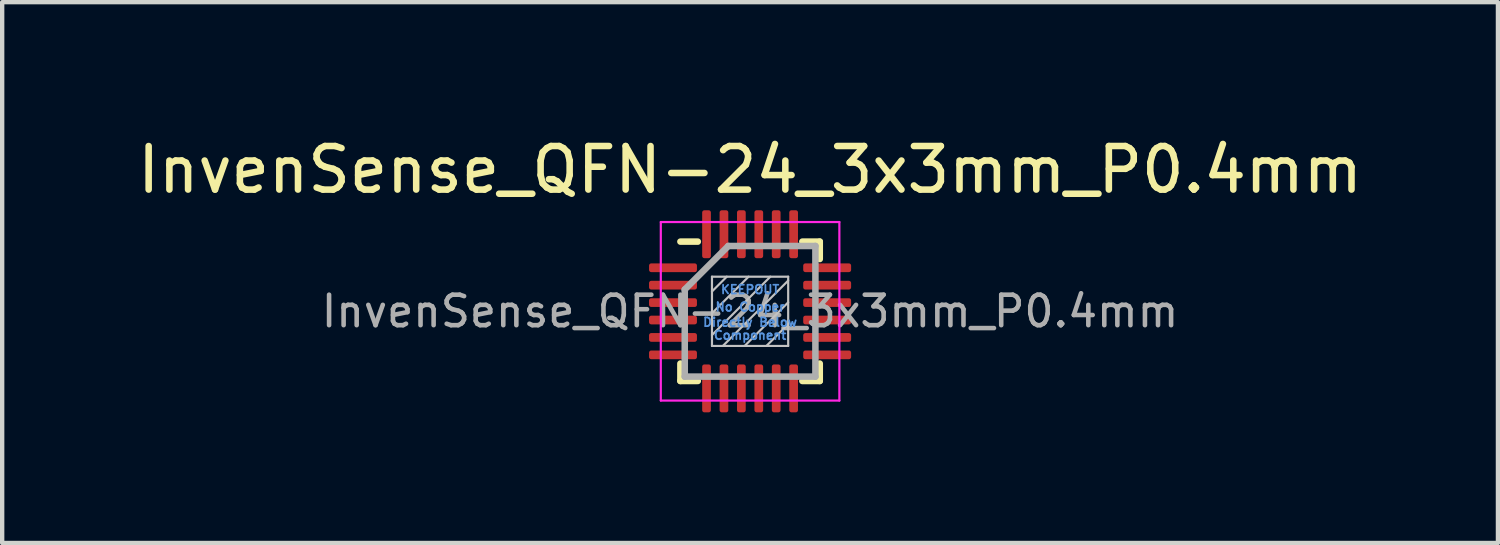
<source format=kicad_pcb>
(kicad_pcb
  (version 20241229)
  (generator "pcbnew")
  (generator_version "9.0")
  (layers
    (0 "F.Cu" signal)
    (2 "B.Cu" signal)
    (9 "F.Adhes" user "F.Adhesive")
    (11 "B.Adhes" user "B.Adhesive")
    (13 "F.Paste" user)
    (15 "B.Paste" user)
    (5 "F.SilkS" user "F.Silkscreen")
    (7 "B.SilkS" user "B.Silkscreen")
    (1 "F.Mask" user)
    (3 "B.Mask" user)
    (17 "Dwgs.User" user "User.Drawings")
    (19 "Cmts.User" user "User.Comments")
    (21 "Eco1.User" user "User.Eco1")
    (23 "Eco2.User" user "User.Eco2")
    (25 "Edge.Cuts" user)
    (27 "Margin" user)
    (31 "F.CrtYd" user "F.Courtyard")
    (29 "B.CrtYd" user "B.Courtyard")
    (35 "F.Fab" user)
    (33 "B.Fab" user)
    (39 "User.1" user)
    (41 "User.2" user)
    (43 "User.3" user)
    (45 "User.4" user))
  (footprint "InvenSense_QFN-24_3x3mm_P0.4mm"
    (layer "F.Cu")
    (at 14.173 4.098)
    (property "Reference" "InvenSense_QFN-24_3x3mm_P0.4mm" (at 0 -3.25 0) (layer "F.SilkS") (effects (font (size 1 1) (thickness 0.15))))
    (attr smd)
    (fp_line (start -1.6 -1.6) (end -1.2 -1.6) (stroke (width 0.15) (type solid)) (layer "F.SilkS"))
    (fp_line (start -1.6 1.6) (end -1.6 1.2) (stroke (width 0.15) (type solid)) (layer "F.SilkS"))
    (fp_line (start -1.6 1.6) (end -1.2 1.6) (stroke (width 0.15) (type solid)) (layer "F.SilkS"))
    (fp_line (start 1.6 -1.6) (end 1.2 -1.6) (stroke (width 0.15) (type solid)) (layer "F.SilkS"))
    (fp_line (start 1.6 -1.6) (end 1.6 -1.2) (stroke (width 0.15) (type solid)) (layer "F.SilkS"))
    (fp_line (start 1.6 1.6) (end 1.2 1.6) (stroke (width 0.15) (type solid)) (layer "F.SilkS"))
    (fp_line (start 1.6 1.6) (end 1.6 1.2) (stroke (width 0.15) (type solid)) (layer "F.SilkS"))
    (fp_line (start -0.875 -0.795) (end -0.875 0.795) (stroke (width 0.05) (type solid)) (layer "Dwgs.User"))
    (fp_line (start -0.875 -0.795) (end 0.875 -0.795) (stroke (width 0.05) (type solid)) (layer "Dwgs.User"))
    (fp_line (start -0.875 0.795) (end 0.875 0.795) (stroke (width 0.05) (type solid)) (layer "Dwgs.User"))
    (fp_line (start -0.535 -0.795) (end -0.875 -0.455) (stroke (width 0.05) (type solid)) (layer "Dwgs.User"))
    (fp_line (start -0.035 -0.795) (end -0.875 0.045) (stroke (width 0.05) (type solid)) (layer "Dwgs.User"))
    (fp_line (start 0.465 -0.795) (end -0.875 0.545) (stroke (width 0.05) (type solid)) (layer "Dwgs.User"))
    (fp_line (start 0.875 -0.795) (end 0.875 0.795) (stroke (width 0.05) (type solid)) (layer "Dwgs.User"))
    (fp_line (start 0.875 -0.705) (end -0.625 0.795) (stroke (width 0.05) (type solid)) (layer "Dwgs.User"))
    (fp_line (start 0.875 -0.205) (end -0.125 0.795) (stroke (width 0.05) (type solid)) (layer "Dwgs.User"))
    (fp_line (start 0.875 0.295) (end 0.375 0.795) (stroke (width 0.05) (type solid)) (layer "Dwgs.User"))
    (fp_line (start -2.05 -2.05) (end 2.05 -2.05) (stroke (width 0.05) (type solid)) (layer "F.CrtYd"))
    (fp_line (start -2.05 2.05) (end -2.05 -2.05) (stroke (width 0.05) (type solid)) (layer "F.CrtYd"))
    (fp_line (start 2.05 -2.05) (end 2.05 2.05) (stroke (width 0.05) (type solid)) (layer "F.CrtYd"))
    (fp_line (start 2.05 2.05) (end -2.05 2.05) (stroke (width 0.05) (type solid)) (layer "F.CrtYd"))
    (fp_line (start -1.5 -0.5) (end -0.5 -1.5) (stroke (width 0.15) (type solid)) (layer "F.Fab"))
    (fp_line (start -1.5 1.5) (end -1.5 -0.5) (stroke (width 0.15) (type solid)) (layer "F.Fab"))
    (fp_line (start -0.5 -1.5) (end 1.5 -1.5) (stroke (width 0.15) (type solid)) (layer "F.Fab"))
    (fp_line (start 1.5 -1.5) (end 1.5 1.5) (stroke (width 0.15) (type solid)) (layer "F.Fab"))
    (fp_line (start 1.5 1.5) (end -1.5 1.5) (stroke (width 0.15) (type solid)) (layer "F.Fab"))
    (fp_text user "Component" (at 0 0.55 0) (layer "Cmts.User") (effects (font (size 0.2 0.2) (thickness 0.04))))
    (fp_text user "No Copper" (at 0 -0.1 0) (layer "Cmts.User") (effects (font (size 0.2 0.2) (thickness 0.04))))
    (fp_text user "Directly Below" (at 0 0.25 0) (layer "Cmts.User") (effects (font (size 0.2 0.2) (thickness 0.04))))
    (fp_text user "KEEPOUT" (at 0 -0.5 0) (layer "Cmts.User") (effects (font (size 0.2 0.2) (thickness 0.04))))
    (fp_text user "${REFERENCE}" (at 0 0 0) (layer "F.Fab") (effects (font (size 0.7 0.7) (thickness 0.105))))
    (pad "1" smd roundrect (at -1.5 -1) (size 1.1 0.2) (drill (offset -0.27 0)) (layers "F.Cu" "F.Mask" "F.Paste") (roundrect_rratio 0.25))
    (pad "2" smd roundrect (at -1.5 -0.6) (size 1.1 0.2) (drill (offset -0.27 0)) (layers "F.Cu" "F.Mask" "F.Paste") (roundrect_rratio 0.25))
    (pad "3" smd roundrect (at -1.5 -0.2) (size 1.1 0.2) (drill (offset -0.27 0)) (layers "F.Cu" "F.Mask" "F.Paste") (roundrect_rratio 0.25))
    (pad "4" smd roundrect (at -1.5 0.2) (size 1.1 0.2) (drill (offset -0.27 0)) (layers "F.Cu" "F.Mask" "F.Paste") (roundrect_rratio 0.25))
    (pad "5" smd roundrect (at -1.5 0.6) (size 1.1 0.2) (drill (offset -0.27 0)) (layers "F.Cu" "F.Mask" "F.Paste") (roundrect_rratio 0.25))
    (pad "6" smd roundrect (at -1.5 1) (size 1.1 0.2) (drill (offset -0.27 0)) (layers "F.Cu" "F.Mask" "F.Paste") (roundrect_rratio 0.25))
    (pad "7" smd roundrect (at -1 1.5 90) (size 1.1 0.2) (drill (offset -0.27 0)) (layers "F.Cu" "F.Mask" "F.Paste") (roundrect_rratio 0.25))
    (pad "8" smd roundrect (at -0.6 1.5 90) (size 1.1 0.2) (drill (offset -0.27 0)) (layers "F.Cu" "F.Mask" "F.Paste") (roundrect_rratio 0.25))
    (pad "9" smd roundrect (at -0.2 1.5 90) (size 1.1 0.2) (drill (offset -0.27 0)) (layers "F.Cu" "F.Mask" "F.Paste") (roundrect_rratio 0.25))
    (pad "10" smd roundrect (at 0.2 1.5 90) (size 1.1 0.2) (drill (offset -0.27 0)) (layers "F.Cu" "F.Mask" "F.Paste") (roundrect_rratio 0.25))
    (pad "11" smd roundrect (at 0.6 1.5 90) (size 1.1 0.2) (drill (offset -0.27 0)) (layers "F.Cu" "F.Mask" "F.Paste") (roundrect_rratio 0.25))
    (pad "12" smd roundrect (at 1 1.5 90) (size 1.1 0.2) (drill (offset -0.27 0)) (layers "F.Cu" "F.Mask" "F.Paste") (roundrect_rratio 0.25))
    (pad "13" smd roundrect (at 1.5 1) (size 1.1 0.2) (drill (offset 0.27 0)) (layers "F.Cu" "F.Mask" "F.Paste") (roundrect_rratio 0.25))
    (pad "14" smd roundrect (at 1.5 0.6) (size 1.1 0.2) (drill (offset 0.27 0)) (layers "F.Cu" "F.Mask" "F.Paste") (roundrect_rratio 0.25))
    (pad "15" smd roundrect (at 1.5 0.2) (size 1.1 0.2) (drill (offset 0.27 0)) (layers "F.Cu" "F.Mask" "F.Paste") (roundrect_rratio 0.25))
    (pad "16" smd roundrect (at 1.5 -0.2) (size 1.1 0.2) (drill (offset 0.27 0)) (layers "F.Cu" "F.Mask" "F.Paste") (roundrect_rratio 0.25))
    (pad "17" smd roundrect (at 1.5 -0.6) (size 1.1 0.2) (drill (offset 0.27 0)) (layers "F.Cu" "F.Mask" "F.Paste") (roundrect_rratio 0.25))
    (pad "18" smd roundrect (at 1.5 -1) (size 1.1 0.2) (drill (offset 0.27 0)) (layers "F.Cu" "F.Mask" "F.Paste") (roundrect_rratio 0.25))
    (pad "19" smd roundrect (at 1 -1.5 90) (size 1.1 0.2) (drill (offset 0.27 0)) (layers "F.Cu" "F.Mask" "F.Paste") (roundrect_rratio 0.25))
    (pad "20" smd roundrect (at 0.6 -1.5 90) (size 1.1 0.2) (drill (offset 0.27 0)) (layers "F.Cu" "F.Mask" "F.Paste") (roundrect_rratio 0.25))
    (pad "21" smd roundrect (at 0.2 -1.5 90) (size 1.1 0.2) (drill (offset 0.27 0)) (layers "F.Cu" "F.Mask" "F.Paste") (roundrect_rratio 0.25))
    (pad "22" smd roundrect (at -0.2 -1.5 90) (size 1.1 0.2) (drill (offset 0.27 0)) (layers "F.Cu" "F.Mask" "F.Paste") (roundrect_rratio 0.25))
    (pad "23" smd roundrect (at -0.6 -1.5 90) (size 1.1 0.2) (drill (offset 0.27 0)) (layers "F.Cu" "F.Mask" "F.Paste") (roundrect_rratio 0.25))
    (pad "24" smd roundrect (at -1 -1.5 90) (size 1.1 0.2) (drill (offset 0.27 0)) (layers "F.Cu" "F.Mask" "F.Paste") (roundrect_rratio 0.25)))
  (gr_rect
    (start -3 -3)
    (end 31.345 9.418)
    (stroke (width 0.1) (type default))
    (fill no)
    (layer "Edge.Cuts")))
</source>
